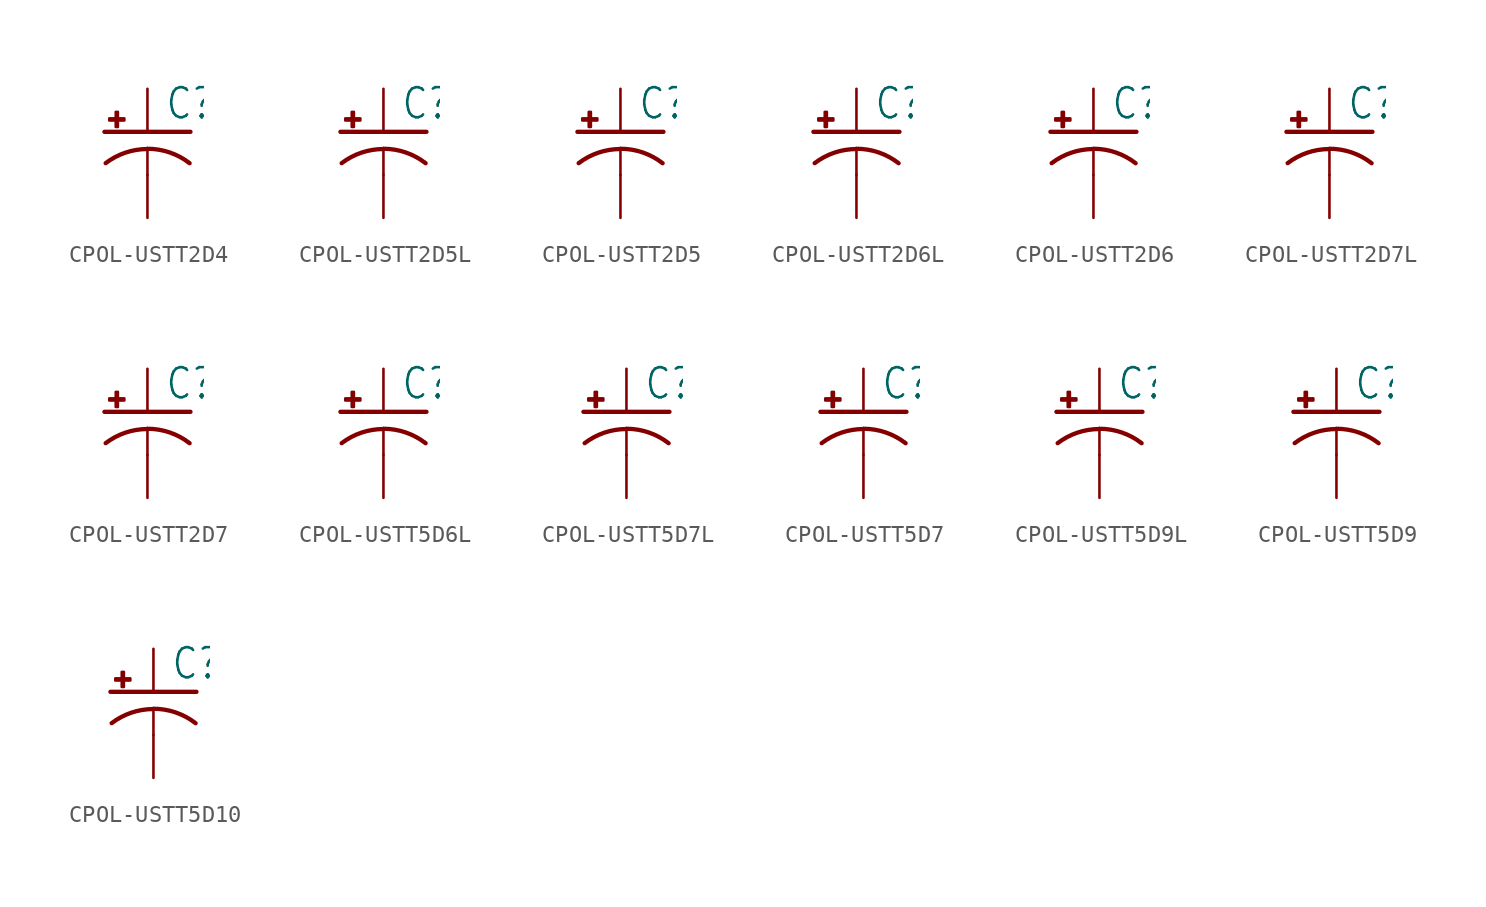
<source format=kicad_sym>
(kicad_symbol_lib
  (version 20231120)
  (generator "kicad_symbol_editor")
  (generator_version "8.0")
  (symbol "CPOL-USTT2D4"
    (property "Reference" "C"
      (at 1.016 0.635 0)
      (effects (font (size 1.778 1.511)) (justify left bottom)))
    (property "Value" ""
      (at 1.016 -4.191 0)
      (effects (font (size 1.778 1.511)) (justify left bottom)))
    (property "ki_locked" ""
      (at 0 0 0)
      (effects (font (size 1.27 1.27))))
    (symbol "CPOL-USTT2D4_1_0"
      (rectangle (start -2.253 0.668) (end -1.364 0.795) (stroke (width 0) (type default)) (fill (type outline)))
      (rectangle (start -1.872 0.287) (end -1.745 1.176) (stroke (width 0) (type default)) (fill (type outline)))
      (arc (start 0 -1.0161) (mid -1.3021 -1.2303) (end -2.4669 -1.8504) (stroke (width 0.254) (type solid)) (fill (type none)))
      (polyline (pts (xy -2.54 0) (xy 2.54 0)) (stroke (width 0.254) (type solid)) (fill (type none)))
      (polyline (pts (xy 0 -1.016) (xy 0 -2.54)) (stroke (width 0.152) (type solid)) (fill (type none)))
      (arc (start 2.4892 -1.8541) (mid 1.3158 -1.2194) (end 0 -1) (stroke (width 0.254) (type solid)) (fill (type none)))
      (pin passive line (at 0 2.54 270) (length 2.54) (name "+" (effects (font (size 0 0)))) (number "+" (effects (font (size 0 0)))))
      (pin passive line (at 0 -5.08 90) (length 2.54) (name "-" (effects (font (size 0 0)))) (number "-" (effects (font (size 0 0)))))))
  (symbol "CPOL-USTT2D5L"
    (property "Reference" "C"
      (at 1.016 0.635 0)
      (effects (font (size 1.778 1.511)) (justify left bottom)))
    (property "Value" ""
      (at 1.016 -4.191 0)
      (effects (font (size 1.778 1.511)) (justify left bottom)))
    (property "ki_locked" ""
      (at 0 0 0)
      (effects (font (size 1.27 1.27))))
    (symbol "CPOL-USTT2D5L_1_0"
      (rectangle (start -2.253 0.668) (end -1.364 0.795) (stroke (width 0) (type default)) (fill (type outline)))
      (rectangle (start -1.872 0.287) (end -1.745 1.176) (stroke (width 0) (type default)) (fill (type outline)))
      (arc (start 0 -1.0161) (mid -1.3021 -1.2303) (end -2.4669 -1.8504) (stroke (width 0.254) (type solid)) (fill (type none)))
      (polyline (pts (xy -2.54 0) (xy 2.54 0)) (stroke (width 0.254) (type solid)) (fill (type none)))
      (polyline (pts (xy 0 -1.016) (xy 0 -2.54)) (stroke (width 0.152) (type solid)) (fill (type none)))
      (arc (start 2.4892 -1.8541) (mid 1.3158 -1.2194) (end 0 -1) (stroke (width 0.254) (type solid)) (fill (type none)))
      (pin passive line (at 0 2.54 270) (length 2.54) (name "+" (effects (font (size 0 0)))) (number "+" (effects (font (size 0 0)))))
      (pin passive line (at 0 -5.08 90) (length 2.54) (name "-" (effects (font (size 0 0)))) (number "-" (effects (font (size 0 0)))))))
  (symbol "CPOL-USTT2D5"
    (property "Reference" "C"
      (at 1.016 0.635 0)
      (effects (font (size 1.778 1.511)) (justify left bottom)))
    (property "Value" ""
      (at 1.016 -4.191 0)
      (effects (font (size 1.778 1.511)) (justify left bottom)))
    (property "ki_locked" ""
      (at 0 0 0)
      (effects (font (size 1.27 1.27))))
    (symbol "CPOL-USTT2D5_1_0"
      (rectangle (start -2.253 0.668) (end -1.364 0.795) (stroke (width 0) (type default)) (fill (type outline)))
      (rectangle (start -1.872 0.287) (end -1.745 1.176) (stroke (width 0) (type default)) (fill (type outline)))
      (arc (start 0 -1.0161) (mid -1.3021 -1.2303) (end -2.4669 -1.8504) (stroke (width 0.254) (type solid)) (fill (type none)))
      (polyline (pts (xy -2.54 0) (xy 2.54 0)) (stroke (width 0.254) (type solid)) (fill (type none)))
      (polyline (pts (xy 0 -1.016) (xy 0 -2.54)) (stroke (width 0.152) (type solid)) (fill (type none)))
      (arc (start 2.4892 -1.8541) (mid 1.3158 -1.2194) (end 0 -1) (stroke (width 0.254) (type solid)) (fill (type none)))
      (pin passive line (at 0 2.54 270) (length 2.54) (name "+" (effects (font (size 0 0)))) (number "+" (effects (font (size 0 0)))))
      (pin passive line (at 0 -5.08 90) (length 2.54) (name "-" (effects (font (size 0 0)))) (number "-" (effects (font (size 0 0)))))))
  (symbol "CPOL-USTT2D6L"
    (property "Reference" "C"
      (at 1.016 0.635 0)
      (effects (font (size 1.778 1.511)) (justify left bottom)))
    (property "Value" ""
      (at 1.016 -4.191 0)
      (effects (font (size 1.778 1.511)) (justify left bottom)))
    (property "ki_locked" ""
      (at 0 0 0)
      (effects (font (size 1.27 1.27))))
    (symbol "CPOL-USTT2D6L_1_0"
      (rectangle (start -2.253 0.668) (end -1.364 0.795) (stroke (width 0) (type default)) (fill (type outline)))
      (rectangle (start -1.872 0.287) (end -1.745 1.176) (stroke (width 0) (type default)) (fill (type outline)))
      (arc (start 0 -1.0161) (mid -1.3021 -1.2303) (end -2.4669 -1.8504) (stroke (width 0.254) (type solid)) (fill (type none)))
      (polyline (pts (xy -2.54 0) (xy 2.54 0)) (stroke (width 0.254) (type solid)) (fill (type none)))
      (polyline (pts (xy 0 -1.016) (xy 0 -2.54)) (stroke (width 0.152) (type solid)) (fill (type none)))
      (arc (start 2.4892 -1.8541) (mid 1.3158 -1.2194) (end 0 -1) (stroke (width 0.254) (type solid)) (fill (type none)))
      (pin passive line (at 0 2.54 270) (length 2.54) (name "+" (effects (font (size 0 0)))) (number "+" (effects (font (size 0 0)))))
      (pin passive line (at 0 -5.08 90) (length 2.54) (name "-" (effects (font (size 0 0)))) (number "-" (effects (font (size 0 0)))))))
  (symbol "CPOL-USTT2D6"
    (property "Reference" "C"
      (at 1.016 0.635 0)
      (effects (font (size 1.778 1.511)) (justify left bottom)))
    (property "Value" ""
      (at 1.016 -4.191 0)
      (effects (font (size 1.778 1.511)) (justify left bottom)))
    (property "ki_locked" ""
      (at 0 0 0)
      (effects (font (size 1.27 1.27))))
    (symbol "CPOL-USTT2D6_1_0"
      (rectangle (start -2.253 0.668) (end -1.364 0.795) (stroke (width 0) (type default)) (fill (type outline)))
      (rectangle (start -1.872 0.287) (end -1.745 1.176) (stroke (width 0) (type default)) (fill (type outline)))
      (arc (start 0 -1.0161) (mid -1.3021 -1.2303) (end -2.4669 -1.8504) (stroke (width 0.254) (type solid)) (fill (type none)))
      (polyline (pts (xy -2.54 0) (xy 2.54 0)) (stroke (width 0.254) (type solid)) (fill (type none)))
      (polyline (pts (xy 0 -1.016) (xy 0 -2.54)) (stroke (width 0.152) (type solid)) (fill (type none)))
      (arc (start 2.4892 -1.8541) (mid 1.3158 -1.2194) (end 0 -1) (stroke (width 0.254) (type solid)) (fill (type none)))
      (pin passive line (at 0 2.54 270) (length 2.54) (name "+" (effects (font (size 0 0)))) (number "+" (effects (font (size 0 0)))))
      (pin passive line (at 0 -5.08 90) (length 2.54) (name "-" (effects (font (size 0 0)))) (number "-" (effects (font (size 0 0)))))))
  (symbol "CPOL-USTT2D7L"
    (property "Reference" "C"
      (at 1.016 0.635 0)
      (effects (font (size 1.778 1.511)) (justify left bottom)))
    (property "Value" ""
      (at 1.016 -4.191 0)
      (effects (font (size 1.778 1.511)) (justify left bottom)))
    (property "ki_locked" ""
      (at 0 0 0)
      (effects (font (size 1.27 1.27))))
    (symbol "CPOL-USTT2D7L_1_0"
      (rectangle (start -2.253 0.668) (end -1.364 0.795) (stroke (width 0) (type default)) (fill (type outline)))
      (rectangle (start -1.872 0.287) (end -1.745 1.176) (stroke (width 0) (type default)) (fill (type outline)))
      (arc (start 0 -1.0161) (mid -1.3021 -1.2303) (end -2.4669 -1.8504) (stroke (width 0.254) (type solid)) (fill (type none)))
      (polyline (pts (xy -2.54 0) (xy 2.54 0)) (stroke (width 0.254) (type solid)) (fill (type none)))
      (polyline (pts (xy 0 -1.016) (xy 0 -2.54)) (stroke (width 0.152) (type solid)) (fill (type none)))
      (arc (start 2.4892 -1.8541) (mid 1.3158 -1.2194) (end 0 -1) (stroke (width 0.254) (type solid)) (fill (type none)))
      (pin passive line (at 0 2.54 270) (length 2.54) (name "+" (effects (font (size 0 0)))) (number "+" (effects (font (size 0 0)))))
      (pin passive line (at 0 -5.08 90) (length 2.54) (name "-" (effects (font (size 0 0)))) (number "-" (effects (font (size 0 0)))))))
  (symbol "CPOL-USTT2D7"
    (property "Reference" "C"
      (at 1.016 0.635 0)
      (effects (font (size 1.778 1.511)) (justify left bottom)))
    (property "Value" ""
      (at 1.016 -4.191 0)
      (effects (font (size 1.778 1.511)) (justify left bottom)))
    (property "ki_locked" ""
      (at 0 0 0)
      (effects (font (size 1.27 1.27))))
    (symbol "CPOL-USTT2D7_1_0"
      (rectangle (start -2.253 0.668) (end -1.364 0.795) (stroke (width 0) (type default)) (fill (type outline)))
      (rectangle (start -1.872 0.287) (end -1.745 1.176) (stroke (width 0) (type default)) (fill (type outline)))
      (arc (start 0 -1.0161) (mid -1.3021 -1.2303) (end -2.4669 -1.8504) (stroke (width 0.254) (type solid)) (fill (type none)))
      (polyline (pts (xy -2.54 0) (xy 2.54 0)) (stroke (width 0.254) (type solid)) (fill (type none)))
      (polyline (pts (xy 0 -1.016) (xy 0 -2.54)) (stroke (width 0.152) (type solid)) (fill (type none)))
      (arc (start 2.4892 -1.8541) (mid 1.3158 -1.2194) (end 0 -1) (stroke (width 0.254) (type solid)) (fill (type none)))
      (pin passive line (at 0 2.54 270) (length 2.54) (name "+" (effects (font (size 0 0)))) (number "+" (effects (font (size 0 0)))))
      (pin passive line (at 0 -5.08 90) (length 2.54) (name "-" (effects (font (size 0 0)))) (number "-" (effects (font (size 0 0)))))))
  (symbol "CPOL-USTT5D6L"
    (property "Reference" "C"
      (at 1.016 0.635 0)
      (effects (font (size 1.778 1.511)) (justify left bottom)))
    (property "Value" ""
      (at 1.016 -4.191 0)
      (effects (font (size 1.778 1.511)) (justify left bottom)))
    (property "ki_locked" ""
      (at 0 0 0)
      (effects (font (size 1.27 1.27))))
    (symbol "CPOL-USTT5D6L_1_0"
      (rectangle (start -2.253 0.668) (end -1.364 0.795) (stroke (width 0) (type default)) (fill (type outline)))
      (rectangle (start -1.872 0.287) (end -1.745 1.176) (stroke (width 0) (type default)) (fill (type outline)))
      (arc (start 0 -1.0161) (mid -1.3021 -1.2303) (end -2.4669 -1.8504) (stroke (width 0.254) (type solid)) (fill (type none)))
      (polyline (pts (xy -2.54 0) (xy 2.54 0)) (stroke (width 0.254) (type solid)) (fill (type none)))
      (polyline (pts (xy 0 -1.016) (xy 0 -2.54)) (stroke (width 0.152) (type solid)) (fill (type none)))
      (arc (start 2.4892 -1.8541) (mid 1.3158 -1.2194) (end 0 -1) (stroke (width 0.254) (type solid)) (fill (type none)))
      (pin passive line (at 0 2.54 270) (length 2.54) (name "+" (effects (font (size 0 0)))) (number "+" (effects (font (size 0 0)))))
      (pin passive line (at 0 -5.08 90) (length 2.54) (name "-" (effects (font (size 0 0)))) (number "-" (effects (font (size 0 0)))))))
  (symbol "CPOL-USTT5D7L"
    (property "Reference" "C"
      (at 1.016 0.635 0)
      (effects (font (size 1.778 1.511)) (justify left bottom)))
    (property "Value" ""
      (at 1.016 -4.191 0)
      (effects (font (size 1.778 1.511)) (justify left bottom)))
    (property "ki_locked" ""
      (at 0 0 0)
      (effects (font (size 1.27 1.27))))
    (symbol "CPOL-USTT5D7L_1_0"
      (rectangle (start -2.253 0.668) (end -1.364 0.795) (stroke (width 0) (type default)) (fill (type outline)))
      (rectangle (start -1.872 0.287) (end -1.745 1.176) (stroke (width 0) (type default)) (fill (type outline)))
      (arc (start 0 -1.0161) (mid -1.3021 -1.2303) (end -2.4669 -1.8504) (stroke (width 0.254) (type solid)) (fill (type none)))
      (polyline (pts (xy -2.54 0) (xy 2.54 0)) (stroke (width 0.254) (type solid)) (fill (type none)))
      (polyline (pts (xy 0 -1.016) (xy 0 -2.54)) (stroke (width 0.152) (type solid)) (fill (type none)))
      (arc (start 2.4892 -1.8541) (mid 1.3158 -1.2194) (end 0 -1) (stroke (width 0.254) (type solid)) (fill (type none)))
      (pin passive line (at 0 2.54 270) (length 2.54) (name "+" (effects (font (size 0 0)))) (number "+" (effects (font (size 0 0)))))
      (pin passive line (at 0 -5.08 90) (length 2.54) (name "-" (effects (font (size 0 0)))) (number "-" (effects (font (size 0 0)))))))
  (symbol "CPOL-USTT5D7"
    (property "Reference" "C"
      (at 1.016 0.635 0)
      (effects (font (size 1.778 1.511)) (justify left bottom)))
    (property "Value" ""
      (at 1.016 -4.191 0)
      (effects (font (size 1.778 1.511)) (justify left bottom)))
    (property "ki_locked" ""
      (at 0 0 0)
      (effects (font (size 1.27 1.27))))
    (symbol "CPOL-USTT5D7_1_0"
      (rectangle (start -2.253 0.668) (end -1.364 0.795) (stroke (width 0) (type default)) (fill (type outline)))
      (rectangle (start -1.872 0.287) (end -1.745 1.176) (stroke (width 0) (type default)) (fill (type outline)))
      (arc (start 0 -1.0161) (mid -1.3021 -1.2303) (end -2.4669 -1.8504) (stroke (width 0.254) (type solid)) (fill (type none)))
      (polyline (pts (xy -2.54 0) (xy 2.54 0)) (stroke (width 0.254) (type solid)) (fill (type none)))
      (polyline (pts (xy 0 -1.016) (xy 0 -2.54)) (stroke (width 0.152) (type solid)) (fill (type none)))
      (arc (start 2.4892 -1.8541) (mid 1.3158 -1.2194) (end 0 -1) (stroke (width 0.254) (type solid)) (fill (type none)))
      (pin passive line (at 0 2.54 270) (length 2.54) (name "+" (effects (font (size 0 0)))) (number "+" (effects (font (size 0 0)))))
      (pin passive line (at 0 -5.08 90) (length 2.54) (name "-" (effects (font (size 0 0)))) (number "-" (effects (font (size 0 0)))))))
  (symbol "CPOL-USTT5D9L"
    (property "Reference" "C"
      (at 1.016 0.635 0)
      (effects (font (size 1.778 1.511)) (justify left bottom)))
    (property "Value" ""
      (at 1.016 -4.191 0)
      (effects (font (size 1.778 1.511)) (justify left bottom)))
    (property "ki_locked" ""
      (at 0 0 0)
      (effects (font (size 1.27 1.27))))
    (symbol "CPOL-USTT5D9L_1_0"
      (rectangle (start -2.253 0.668) (end -1.364 0.795) (stroke (width 0) (type default)) (fill (type outline)))
      (rectangle (start -1.872 0.287) (end -1.745 1.176) (stroke (width 0) (type default)) (fill (type outline)))
      (arc (start 0 -1.0161) (mid -1.3021 -1.2303) (end -2.4669 -1.8504) (stroke (width 0.254) (type solid)) (fill (type none)))
      (polyline (pts (xy -2.54 0) (xy 2.54 0)) (stroke (width 0.254) (type solid)) (fill (type none)))
      (polyline (pts (xy 0 -1.016) (xy 0 -2.54)) (stroke (width 0.152) (type solid)) (fill (type none)))
      (arc (start 2.4892 -1.8541) (mid 1.3158 -1.2194) (end 0 -1) (stroke (width 0.254) (type solid)) (fill (type none)))
      (pin passive line (at 0 2.54 270) (length 2.54) (name "+" (effects (font (size 0 0)))) (number "+" (effects (font (size 0 0)))))
      (pin passive line (at 0 -5.08 90) (length 2.54) (name "-" (effects (font (size 0 0)))) (number "-" (effects (font (size 0 0)))))))
  (symbol "CPOL-USTT5D9"
    (property "Reference" "C"
      (at 1.016 0.635 0)
      (effects (font (size 1.778 1.511)) (justify left bottom)))
    (property "Value" ""
      (at 1.016 -4.191 0)
      (effects (font (size 1.778 1.511)) (justify left bottom)))
    (property "ki_locked" ""
      (at 0 0 0)
      (effects (font (size 1.27 1.27))))
    (symbol "CPOL-USTT5D9_1_0"
      (rectangle (start -2.253 0.668) (end -1.364 0.795) (stroke (width 0) (type default)) (fill (type outline)))
      (rectangle (start -1.872 0.287) (end -1.745 1.176) (stroke (width 0) (type default)) (fill (type outline)))
      (arc (start 0 -1.0161) (mid -1.3021 -1.2303) (end -2.4669 -1.8504) (stroke (width 0.254) (type solid)) (fill (type none)))
      (polyline (pts (xy -2.54 0) (xy 2.54 0)) (stroke (width 0.254) (type solid)) (fill (type none)))
      (polyline (pts (xy 0 -1.016) (xy 0 -2.54)) (stroke (width 0.152) (type solid)) (fill (type none)))
      (arc (start 2.4892 -1.8541) (mid 1.3158 -1.2194) (end 0 -1) (stroke (width 0.254) (type solid)) (fill (type none)))
      (pin passive line (at 0 2.54 270) (length 2.54) (name "+" (effects (font (size 0 0)))) (number "+" (effects (font (size 0 0)))))
      (pin passive line (at 0 -5.08 90) (length 2.54) (name "-" (effects (font (size 0 0)))) (number "-" (effects (font (size 0 0)))))))
  (symbol "CPOL-USTT5D10"
    (property "Reference" "C"
      (at 1.016 0.635 0)
      (effects (font (size 1.778 1.511)) (justify left bottom)))
    (property "Value" ""
      (at 1.016 -4.191 0)
      (effects (font (size 1.778 1.511)) (justify left bottom)))
    (property "ki_locked" ""
      (at 0 0 0)
      (effects (font (size 1.27 1.27))))
    (symbol "CPOL-USTT5D10_1_0"
      (rectangle (start -2.253 0.668) (end -1.364 0.795) (stroke (width 0) (type default)) (fill (type outline)))
      (rectangle (start -1.872 0.287) (end -1.745 1.176) (stroke (width 0) (type default)) (fill (type outline)))
      (arc (start 0 -1.0161) (mid -1.3021 -1.2303) (end -2.4669 -1.8504) (stroke (width 0.254) (type solid)) (fill (type none)))
      (polyline (pts (xy -2.54 0) (xy 2.54 0)) (stroke (width 0.254) (type solid)) (fill (type none)))
      (polyline (pts (xy 0 -1.016) (xy 0 -2.54)) (stroke (width 0.152) (type solid)) (fill (type none)))
      (arc (start 2.4892 -1.8541) (mid 1.3158 -1.2194) (end 0 -1) (stroke (width 0.254) (type solid)) (fill (type none)))
      (pin passive line (at 0 2.54 270) (length 2.54) (name "+" (effects (font (size 0 0)))) (number "+" (effects (font (size 0 0)))))
      (pin passive line (at 0 -5.08 90) (length 2.54) (name "-" (effects (font (size 0 0)))) (number "-" (effects (font (size 0 0))))))))
</source>
